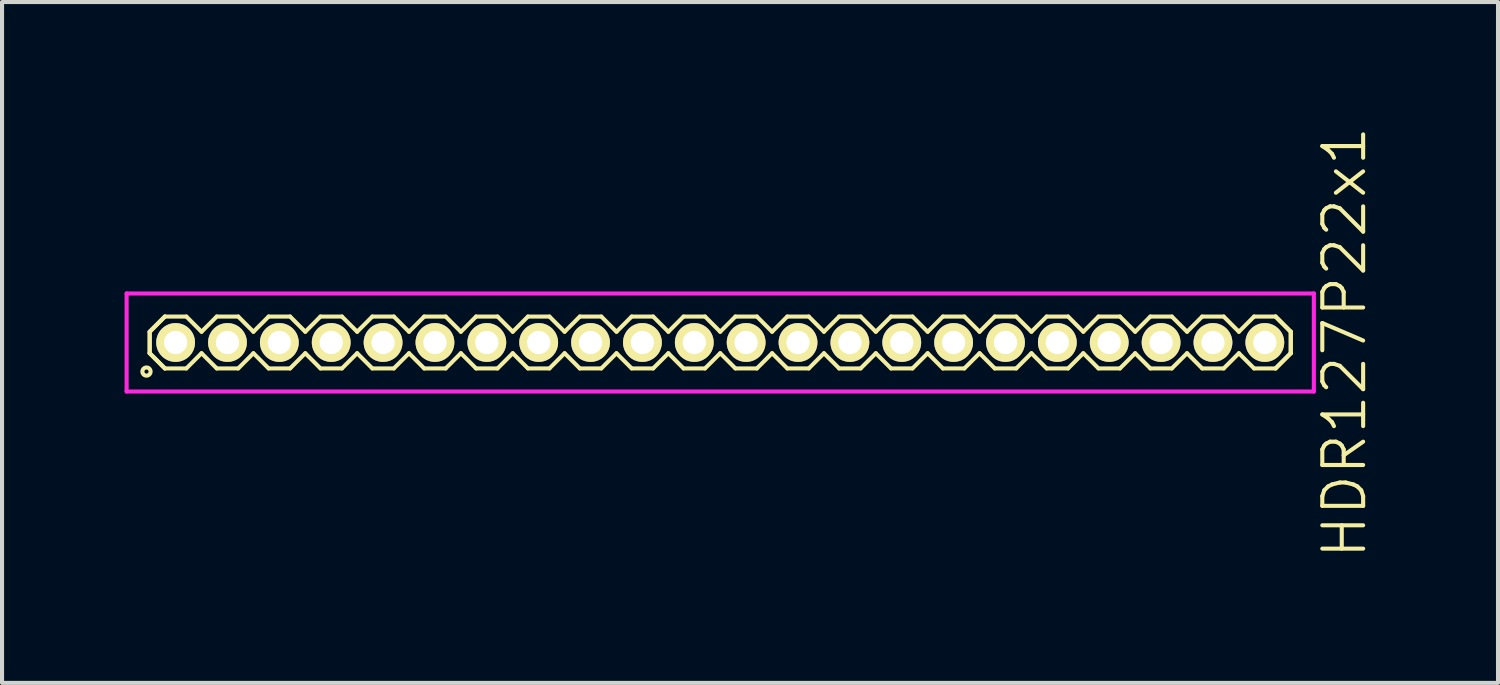
<source format=kicad_pcb>
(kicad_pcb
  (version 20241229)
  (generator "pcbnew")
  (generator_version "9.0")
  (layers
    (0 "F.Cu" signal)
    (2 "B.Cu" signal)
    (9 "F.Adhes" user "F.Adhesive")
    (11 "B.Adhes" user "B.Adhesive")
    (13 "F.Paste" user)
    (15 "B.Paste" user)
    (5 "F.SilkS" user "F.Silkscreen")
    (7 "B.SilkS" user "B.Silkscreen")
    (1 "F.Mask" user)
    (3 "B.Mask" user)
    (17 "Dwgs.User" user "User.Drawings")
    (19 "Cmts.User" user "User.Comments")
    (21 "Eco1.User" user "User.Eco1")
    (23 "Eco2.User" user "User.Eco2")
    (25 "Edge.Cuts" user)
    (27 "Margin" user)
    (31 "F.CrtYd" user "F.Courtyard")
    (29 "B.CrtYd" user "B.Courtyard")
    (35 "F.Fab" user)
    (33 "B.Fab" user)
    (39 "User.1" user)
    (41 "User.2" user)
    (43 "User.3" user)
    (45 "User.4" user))
  (footprint "HDR127P22x1"
    (layer "F.Cu")
    (at 14.585 5.336)
    (property "Reference" "HDR127P22x1" (at 15.285 0 90) (layer "F.SilkS") (effects (font (size 1 1) (thickness 0.1))))
    (attr through_hole)
    (fp_line (start -13.97 -0.263) (end -13.598 -0.635) (stroke (width 0.1) (type solid)) (layer "F.SilkS"))
    (fp_line (start -13.97 -0.263) (end -13.598 -0.635) (stroke (width 0.1) (type solid)) (layer "F.SilkS"))
    (fp_line (start -13.97 0.263) (end -13.97 -0.263) (stroke (width 0.1) (type solid)) (layer "F.SilkS"))
    (fp_line (start -13.97 0.263) (end -13.97 -0.263) (stroke (width 0.1) (type solid)) (layer "F.SilkS"))
    (fp_line (start -13.598 -0.635) (end -13.072 -0.635) (stroke (width 0.1) (type solid)) (layer "F.SilkS"))
    (fp_line (start -13.598 0.635) (end -13.97 0.263) (stroke (width 0.1) (type solid)) (layer "F.SilkS"))
    (fp_line (start -13.598 0.635) (end -13.97 0.263) (stroke (width 0.1) (type solid)) (layer "F.SilkS"))
    (fp_line (start -13.072 -0.635) (end -12.7 -0.263) (stroke (width 0.1) (type solid)) (layer "F.SilkS"))
    (fp_line (start -13.072 0.635) (end -13.598 0.635) (stroke (width 0.1) (type solid)) (layer "F.SilkS"))
    (fp_line (start -12.7 -0.263) (end -12.328 -0.635) (stroke (width 0.1) (type solid)) (layer "F.SilkS"))
    (fp_line (start -12.7 0.263) (end -13.072 0.635) (stroke (width 0.1) (type solid)) (layer "F.SilkS"))
    (fp_line (start -12.328 -0.635) (end -11.802 -0.635) (stroke (width 0.1) (type solid)) (layer "F.SilkS"))
    (fp_line (start -12.328 0.635) (end -12.7 0.263) (stroke (width 0.1) (type solid)) (layer "F.SilkS"))
    (fp_line (start -11.802 -0.635) (end -11.43 -0.263) (stroke (width 0.1) (type solid)) (layer "F.SilkS"))
    (fp_line (start -11.802 0.635) (end -12.328 0.635) (stroke (width 0.1) (type solid)) (layer "F.SilkS"))
    (fp_line (start -11.43 -0.263) (end -11.058 -0.635) (stroke (width 0.1) (type solid)) (layer "F.SilkS"))
    (fp_line (start -11.43 0.263) (end -11.802 0.635) (stroke (width 0.1) (type solid)) (layer "F.SilkS"))
    (fp_line (start -11.058 -0.635) (end -10.532 -0.635) (stroke (width 0.1) (type solid)) (layer "F.SilkS"))
    (fp_line (start -11.058 0.635) (end -11.43 0.263) (stroke (width 0.1) (type solid)) (layer "F.SilkS"))
    (fp_line (start -10.532 -0.635) (end -10.16 -0.263) (stroke (width 0.1) (type solid)) (layer "F.SilkS"))
    (fp_line (start -10.532 0.635) (end -11.058 0.635) (stroke (width 0.1) (type solid)) (layer "F.SilkS"))
    (fp_line (start -10.16 -0.263) (end -9.788 -0.635) (stroke (width 0.1) (type solid)) (layer "F.SilkS"))
    (fp_line (start -10.16 0.263) (end -10.532 0.635) (stroke (width 0.1) (type solid)) (layer "F.SilkS"))
    (fp_line (start -9.788 -0.635) (end -9.262 -0.635) (stroke (width 0.1) (type solid)) (layer "F.SilkS"))
    (fp_line (start -9.788 0.635) (end -10.16 0.263) (stroke (width 0.1) (type solid)) (layer "F.SilkS"))
    (fp_line (start -9.262 -0.635) (end -8.89 -0.263) (stroke (width 0.1) (type solid)) (layer "F.SilkS"))
    (fp_line (start -9.262 0.635) (end -9.788 0.635) (stroke (width 0.1) (type solid)) (layer "F.SilkS"))
    (fp_line (start -8.89 -0.263) (end -8.518 -0.635) (stroke (width 0.1) (type solid)) (layer "F.SilkS"))
    (fp_line (start -8.89 0.263) (end -9.262 0.635) (stroke (width 0.1) (type solid)) (layer "F.SilkS"))
    (fp_line (start -8.518 -0.635) (end -7.992 -0.635) (stroke (width 0.1) (type solid)) (layer "F.SilkS"))
    (fp_line (start -8.518 0.635) (end -8.89 0.263) (stroke (width 0.1) (type solid)) (layer "F.SilkS"))
    (fp_line (start -7.992 -0.635) (end -7.62 -0.263) (stroke (width 0.1) (type solid)) (layer "F.SilkS"))
    (fp_line (start -7.992 0.635) (end -8.518 0.635) (stroke (width 0.1) (type solid)) (layer "F.SilkS"))
    (fp_line (start -7.62 -0.263) (end -7.248 -0.635) (stroke (width 0.1) (type solid)) (layer "F.SilkS"))
    (fp_line (start -7.62 0.263) (end -7.992 0.635) (stroke (width 0.1) (type solid)) (layer "F.SilkS"))
    (fp_line (start -7.248 -0.635) (end -6.722 -0.635) (stroke (width 0.1) (type solid)) (layer "F.SilkS"))
    (fp_line (start -7.248 0.635) (end -7.62 0.263) (stroke (width 0.1) (type solid)) (layer "F.SilkS"))
    (fp_line (start -6.722 -0.635) (end -6.35 -0.263) (stroke (width 0.1) (type solid)) (layer "F.SilkS"))
    (fp_line (start -6.722 0.635) (end -7.248 0.635) (stroke (width 0.1) (type solid)) (layer "F.SilkS"))
    (fp_line (start -6.35 -0.263) (end -5.978 -0.635) (stroke (width 0.1) (type solid)) (layer "F.SilkS"))
    (fp_line (start -6.35 0.263) (end -6.722 0.635) (stroke (width 0.1) (type solid)) (layer "F.SilkS"))
    (fp_line (start -5.978 -0.635) (end -5.452 -0.635) (stroke (width 0.1) (type solid)) (layer "F.SilkS"))
    (fp_line (start -5.978 0.635) (end -6.35 0.263) (stroke (width 0.1) (type solid)) (layer "F.SilkS"))
    (fp_line (start -5.452 -0.635) (end -5.08 -0.263) (stroke (width 0.1) (type solid)) (layer "F.SilkS"))
    (fp_line (start -5.452 0.635) (end -5.978 0.635) (stroke (width 0.1) (type solid)) (layer "F.SilkS"))
    (fp_line (start -5.08 -0.263) (end -4.708 -0.635) (stroke (width 0.1) (type solid)) (layer "F.SilkS"))
    (fp_line (start -5.08 0.263) (end -5.452 0.635) (stroke (width 0.1) (type solid)) (layer "F.SilkS"))
    (fp_line (start -4.708 -0.635) (end -4.182 -0.635) (stroke (width 0.1) (type solid)) (layer "F.SilkS"))
    (fp_line (start -4.708 0.635) (end -5.08 0.263) (stroke (width 0.1) (type solid)) (layer "F.SilkS"))
    (fp_line (start -4.182 -0.635) (end -3.81 -0.263) (stroke (width 0.1) (type solid)) (layer "F.SilkS"))
    (fp_line (start -4.182 0.635) (end -4.708 0.635) (stroke (width 0.1) (type solid)) (layer "F.SilkS"))
    (fp_line (start -3.81 -0.263) (end -3.438 -0.635) (stroke (width 0.1) (type solid)) (layer "F.SilkS"))
    (fp_line (start -3.81 0.263) (end -4.182 0.635) (stroke (width 0.1) (type solid)) (layer "F.SilkS"))
    (fp_line (start -3.438 -0.635) (end -2.912 -0.635) (stroke (width 0.1) (type solid)) (layer "F.SilkS"))
    (fp_line (start -3.438 0.635) (end -3.81 0.263) (stroke (width 0.1) (type solid)) (layer "F.SilkS"))
    (fp_line (start -2.912 -0.635) (end -2.54 -0.263) (stroke (width 0.1) (type solid)) (layer "F.SilkS"))
    (fp_line (start -2.912 0.635) (end -3.438 0.635) (stroke (width 0.1) (type solid)) (layer "F.SilkS"))
    (fp_line (start -2.54 -0.263) (end -2.168 -0.635) (stroke (width 0.1) (type solid)) (layer "F.SilkS"))
    (fp_line (start -2.54 0.263) (end -2.912 0.635) (stroke (width 0.1) (type solid)) (layer "F.SilkS"))
    (fp_line (start -2.168 -0.635) (end -1.642 -0.635) (stroke (width 0.1) (type solid)) (layer "F.SilkS"))
    (fp_line (start -2.168 0.635) (end -2.54 0.263) (stroke (width 0.1) (type solid)) (layer "F.SilkS"))
    (fp_line (start -1.642 -0.635) (end -1.27 -0.263) (stroke (width 0.1) (type solid)) (layer "F.SilkS"))
    (fp_line (start -1.642 0.635) (end -2.168 0.635) (stroke (width 0.1) (type solid)) (layer "F.SilkS"))
    (fp_line (start -1.27 -0.263) (end -0.898 -0.635) (stroke (width 0.1) (type solid)) (layer "F.SilkS"))
    (fp_line (start -1.27 0.263) (end -1.642 0.635) (stroke (width 0.1) (type solid)) (layer "F.SilkS"))
    (fp_line (start -0.898 -0.635) (end -0.372 -0.635) (stroke (width 0.1) (type solid)) (layer "F.SilkS"))
    (fp_line (start -0.898 0.635) (end -1.27 0.263) (stroke (width 0.1) (type solid)) (layer "F.SilkS"))
    (fp_line (start -0.372 -0.635) (end 0 -0.263) (stroke (width 0.1) (type solid)) (layer "F.SilkS"))
    (fp_line (start -0.372 0.635) (end -0.898 0.635) (stroke (width 0.1) (type solid)) (layer "F.SilkS"))
    (fp_line (start 0 -0.263) (end 0.372 -0.635) (stroke (width 0.1) (type solid)) (layer "F.SilkS"))
    (fp_line (start 0 0.263) (end -0.372 0.635) (stroke (width 0.1) (type solid)) (layer "F.SilkS"))
    (fp_line (start 0.372 -0.635) (end 0.898 -0.635) (stroke (width 0.1) (type solid)) (layer "F.SilkS"))
    (fp_line (start 0.372 0.635) (end 0 0.263) (stroke (width 0.1) (type solid)) (layer "F.SilkS"))
    (fp_line (start 0.898 -0.635) (end 1.27 -0.263) (stroke (width 0.1) (type solid)) (layer "F.SilkS"))
    (fp_line (start 0.898 0.635) (end 0.372 0.635) (stroke (width 0.1) (type solid)) (layer "F.SilkS"))
    (fp_line (start 1.27 -0.263) (end 1.642 -0.635) (stroke (width 0.1) (type solid)) (layer "F.SilkS"))
    (fp_line (start 1.27 0.263) (end 0.898 0.635) (stroke (width 0.1) (type solid)) (layer "F.SilkS"))
    (fp_line (start 1.642 -0.635) (end 2.168 -0.635) (stroke (width 0.1) (type solid)) (layer "F.SilkS"))
    (fp_line (start 1.642 0.635) (end 1.27 0.263) (stroke (width 0.1) (type solid)) (layer "F.SilkS"))
    (fp_line (start 2.168 -0.635) (end 2.54 -0.263) (stroke (width 0.1) (type solid)) (layer "F.SilkS"))
    (fp_line (start 2.168 0.635) (end 1.642 0.635) (stroke (width 0.1) (type solid)) (layer "F.SilkS"))
    (fp_line (start 2.54 -0.263) (end 2.912 -0.635) (stroke (width 0.1) (type solid)) (layer "F.SilkS"))
    (fp_line (start 2.54 0.263) (end 2.168 0.635) (stroke (width 0.1) (type solid)) (layer "F.SilkS"))
    (fp_line (start 2.912 -0.635) (end 3.438 -0.635) (stroke (width 0.1) (type solid)) (layer "F.SilkS"))
    (fp_line (start 2.912 0.635) (end 2.54 0.263) (stroke (width 0.1) (type solid)) (layer "F.SilkS"))
    (fp_line (start 3.438 -0.635) (end 3.81 -0.263) (stroke (width 0.1) (type solid)) (layer "F.SilkS"))
    (fp_line (start 3.438 0.635) (end 2.912 0.635) (stroke (width 0.1) (type solid)) (layer "F.SilkS"))
    (fp_line (start 3.81 -0.263) (end 4.182 -0.635) (stroke (width 0.1) (type solid)) (layer "F.SilkS"))
    (fp_line (start 3.81 0.263) (end 3.438 0.635) (stroke (width 0.1) (type solid)) (layer "F.SilkS"))
    (fp_line (start 4.182 -0.635) (end 4.708 -0.635) (stroke (width 0.1) (type solid)) (layer "F.SilkS"))
    (fp_line (start 4.182 0.635) (end 3.81 0.263) (stroke (width 0.1) (type solid)) (layer "F.SilkS"))
    (fp_line (start 4.708 -0.635) (end 5.08 -0.263) (stroke (width 0.1) (type solid)) (layer "F.SilkS"))
    (fp_line (start 4.708 0.635) (end 4.182 0.635) (stroke (width 0.1) (type solid)) (layer "F.SilkS"))
    (fp_line (start 5.08 -0.263) (end 5.452 -0.635) (stroke (width 0.1) (type solid)) (layer "F.SilkS"))
    (fp_line (start 5.08 0.263) (end 4.708 0.635) (stroke (width 0.1) (type solid)) (layer "F.SilkS"))
    (fp_line (start 5.452 -0.635) (end 5.978 -0.635) (stroke (width 0.1) (type solid)) (layer "F.SilkS"))
    (fp_line (start 5.452 0.635) (end 5.08 0.263) (stroke (width 0.1) (type solid)) (layer "F.SilkS"))
    (fp_line (start 5.978 -0.635) (end 6.35 -0.263) (stroke (width 0.1) (type solid)) (layer "F.SilkS"))
    (fp_line (start 5.978 0.635) (end 5.452 0.635) (stroke (width 0.1) (type solid)) (layer "F.SilkS"))
    (fp_line (start 6.35 -0.263) (end 6.722 -0.635) (stroke (width 0.1) (type solid)) (layer "F.SilkS"))
    (fp_line (start 6.35 0.263) (end 5.978 0.635) (stroke (width 0.1) (type solid)) (layer "F.SilkS"))
    (fp_line (start 6.722 -0.635) (end 7.248 -0.635) (stroke (width 0.1) (type solid)) (layer "F.SilkS"))
    (fp_line (start 6.722 0.635) (end 6.35 0.263) (stroke (width 0.1) (type solid)) (layer "F.SilkS"))
    (fp_line (start 7.248 -0.635) (end 7.62 -0.263) (stroke (width 0.1) (type solid)) (layer "F.SilkS"))
    (fp_line (start 7.248 0.635) (end 6.722 0.635) (stroke (width 0.1) (type solid)) (layer "F.SilkS"))
    (fp_line (start 7.62 -0.263) (end 7.992 -0.635) (stroke (width 0.1) (type solid)) (layer "F.SilkS"))
    (fp_line (start 7.62 0.263) (end 7.248 0.635) (stroke (width 0.1) (type solid)) (layer "F.SilkS"))
    (fp_line (start 7.992 -0.635) (end 8.518 -0.635) (stroke (width 0.1) (type solid)) (layer "F.SilkS"))
    (fp_line (start 7.992 0.635) (end 7.62 0.263) (stroke (width 0.1) (type solid)) (layer "F.SilkS"))
    (fp_line (start 8.518 -0.635) (end 8.89 -0.263) (stroke (width 0.1) (type solid)) (layer "F.SilkS"))
    (fp_line (start 8.518 0.635) (end 7.992 0.635) (stroke (width 0.1) (type solid)) (layer "F.SilkS"))
    (fp_line (start 8.89 -0.263) (end 9.262 -0.635) (stroke (width 0.1) (type solid)) (layer "F.SilkS"))
    (fp_line (start 8.89 0.263) (end 8.518 0.635) (stroke (width 0.1) (type solid)) (layer "F.SilkS"))
    (fp_line (start 9.262 -0.635) (end 9.788 -0.635) (stroke (width 0.1) (type solid)) (layer "F.SilkS"))
    (fp_line (start 9.262 0.635) (end 8.89 0.263) (stroke (width 0.1) (type solid)) (layer "F.SilkS"))
    (fp_line (start 9.788 -0.635) (end 10.16 -0.263) (stroke (width 0.1) (type solid)) (layer "F.SilkS"))
    (fp_line (start 9.788 0.635) (end 9.262 0.635) (stroke (width 0.1) (type solid)) (layer "F.SilkS"))
    (fp_line (start 10.16 -0.263) (end 10.532 -0.635) (stroke (width 0.1) (type solid)) (layer "F.SilkS"))
    (fp_line (start 10.16 0.263) (end 9.788 0.635) (stroke (width 0.1) (type solid)) (layer "F.SilkS"))
    (fp_line (start 10.532 -0.635) (end 11.058 -0.635) (stroke (width 0.1) (type solid)) (layer "F.SilkS"))
    (fp_line (start 10.532 0.635) (end 10.16 0.263) (stroke (width 0.1) (type solid)) (layer "F.SilkS"))
    (fp_line (start 11.058 -0.635) (end 11.43 -0.263) (stroke (width 0.1) (type solid)) (layer "F.SilkS"))
    (fp_line (start 11.058 0.635) (end 10.532 0.635) (stroke (width 0.1) (type solid)) (layer "F.SilkS"))
    (fp_line (start 11.43 -0.263) (end 11.802 -0.635) (stroke (width 0.1) (type solid)) (layer "F.SilkS"))
    (fp_line (start 11.43 0.263) (end 11.058 0.635) (stroke (width 0.1) (type solid)) (layer "F.SilkS"))
    (fp_line (start 11.802 -0.635) (end 12.328 -0.635) (stroke (width 0.1) (type solid)) (layer "F.SilkS"))
    (fp_line (start 11.802 0.635) (end 11.43 0.263) (stroke (width 0.1) (type solid)) (layer "F.SilkS"))
    (fp_line (start 12.328 -0.635) (end 12.7 -0.263) (stroke (width 0.1) (type solid)) (layer "F.SilkS"))
    (fp_line (start 12.328 0.635) (end 11.802 0.635) (stroke (width 0.1) (type solid)) (layer "F.SilkS"))
    (fp_line (start 12.7 -0.263) (end 13.072 -0.635) (stroke (width 0.1) (type solid)) (layer "F.SilkS"))
    (fp_line (start 12.7 0.263) (end 12.328 0.635) (stroke (width 0.1) (type solid)) (layer "F.SilkS"))
    (fp_line (start 13.072 -0.635) (end 13.598 -0.635) (stroke (width 0.1) (type solid)) (layer "F.SilkS"))
    (fp_line (start 13.072 0.635) (end 12.7 0.263) (stroke (width 0.1) (type solid)) (layer "F.SilkS"))
    (fp_line (start 13.598 -0.635) (end 13.97 -0.263) (stroke (width 0.1) (type solid)) (layer "F.SilkS"))
    (fp_line (start 13.598 -0.635) (end 13.97 -0.263) (stroke (width 0.1) (type solid)) (layer "F.SilkS"))
    (fp_line (start 13.598 0.635) (end 13.072 0.635) (stroke (width 0.1) (type solid)) (layer "F.SilkS"))
    (fp_line (start 13.97 -0.263) (end 13.97 0.263) (stroke (width 0.1) (type solid)) (layer "F.SilkS"))
    (fp_line (start 13.97 -0.263) (end 13.97 0.263) (stroke (width 0.1) (type solid)) (layer "F.SilkS"))
    (fp_line (start 13.97 0.263) (end 13.598 0.635) (stroke (width 0.1) (type solid)) (layer "F.SilkS"))
    (fp_line (start 13.97 0.263) (end 13.598 0.635) (stroke (width 0.1) (type solid)) (layer "F.SilkS"))
    (fp_circle (center -14.048 0.712) (end -13.948 0.712) (stroke (width 0.1) (type solid)) (fill no) (layer "F.SilkS"))
    (fp_line (start -14.535 -1.2) (end -14.535 1.2) (stroke (width 0.1) (type solid)) (layer "F.CrtYd"))
    (fp_line (start -14.535 1.2) (end 14.535 1.2) (stroke (width 0.1) (type solid)) (layer "F.CrtYd"))
    (fp_line (start 14.535 -1.2) (end -14.535 -1.2) (stroke (width 0.1) (type solid)) (layer "F.CrtYd"))
    (fp_line (start 14.535 1.2) (end 14.535 -1.2) (stroke (width 0.1) (type solid)) (layer "F.CrtYd"))
    (pad "1" thru_hole oval (at -13.335 0) (size 0.95 0.95) (drill 0.57) (layers "*.Cu" "*.Mask" "F.SilkS"))
    (pad "2" thru_hole oval (at -12.065 0) (size 0.95 0.95) (drill 0.57) (layers "*.Cu" "*.Mask" "F.SilkS"))
    (pad "3" thru_hole oval (at -10.795 0) (size 0.95 0.95) (drill 0.57) (layers "*.Cu" "*.Mask" "F.SilkS"))
    (pad "4" thru_hole oval (at -9.525 0) (size 0.95 0.95) (drill 0.57) (layers "*.Cu" "*.Mask" "F.SilkS"))
    (pad "5" thru_hole oval (at -8.255 0) (size 0.95 0.95) (drill 0.57) (layers "*.Cu" "*.Mask" "F.SilkS"))
    (pad "6" thru_hole oval (at -6.985 0) (size 0.95 0.95) (drill 0.57) (layers "*.Cu" "*.Mask" "F.SilkS"))
    (pad "7" thru_hole oval (at -5.715 0) (size 0.95 0.95) (drill 0.57) (layers "*.Cu" "*.Mask" "F.SilkS"))
    (pad "8" thru_hole oval (at -4.445 0) (size 0.95 0.95) (drill 0.57) (layers "*.Cu" "*.Mask" "F.SilkS"))
    (pad "9" thru_hole oval (at -3.175 0) (size 0.95 0.95) (drill 0.57) (layers "*.Cu" "*.Mask" "F.SilkS"))
    (pad "10" thru_hole oval (at -1.905 0) (size 0.95 0.95) (drill 0.57) (layers "*.Cu" "*.Mask" "F.SilkS"))
    (pad "11" thru_hole oval (at -0.635 0) (size 0.95 0.95) (drill 0.57) (layers "*.Cu" "*.Mask" "F.SilkS"))
    (pad "12" thru_hole oval (at 0.635 0) (size 0.95 0.95) (drill 0.57) (layers "*.Cu" "*.Mask" "F.SilkS"))
    (pad "13" thru_hole oval (at 1.905 0) (size 0.95 0.95) (drill 0.57) (layers "*.Cu" "*.Mask" "F.SilkS"))
    (pad "14" thru_hole oval (at 3.175 0) (size 0.95 0.95) (drill 0.57) (layers "*.Cu" "*.Mask" "F.SilkS"))
    (pad "15" thru_hole oval (at 4.445 0) (size 0.95 0.95) (drill 0.57) (layers "*.Cu" "*.Mask" "F.SilkS"))
    (pad "16" thru_hole oval (at 5.715 0) (size 0.95 0.95) (drill 0.57) (layers "*.Cu" "*.Mask" "F.SilkS"))
    (pad "17" thru_hole oval (at 6.985 0) (size 0.95 0.95) (drill 0.57) (layers "*.Cu" "*.Mask" "F.SilkS"))
    (pad "18" thru_hole oval (at 8.255 0) (size 0.95 0.95) (drill 0.57) (layers "*.Cu" "*.Mask" "F.SilkS"))
    (pad "19" thru_hole oval (at 9.525 0) (size 0.95 0.95) (drill 0.57) (layers "*.Cu" "*.Mask" "F.SilkS"))
    (pad "20" thru_hole oval (at 10.795 0) (size 0.95 0.95) (drill 0.57) (layers "*.Cu" "*.Mask" "F.SilkS"))
    (pad "21" thru_hole oval (at 12.065 0) (size 0.95 0.95) (drill 0.57) (layers "*.Cu" "*.Mask" "F.SilkS"))
    (pad "22" thru_hole oval (at 13.335 0) (size 0.95 0.95) (drill 0.57) (layers "*.Cu" "*.Mask" "F.SilkS")))
  (gr_rect
    (start -3 -3)
    (end 33.63 13.671)
    (stroke (width 0.1) (type default))
    (fill no)
    (layer "Edge.Cuts")))
</source>
